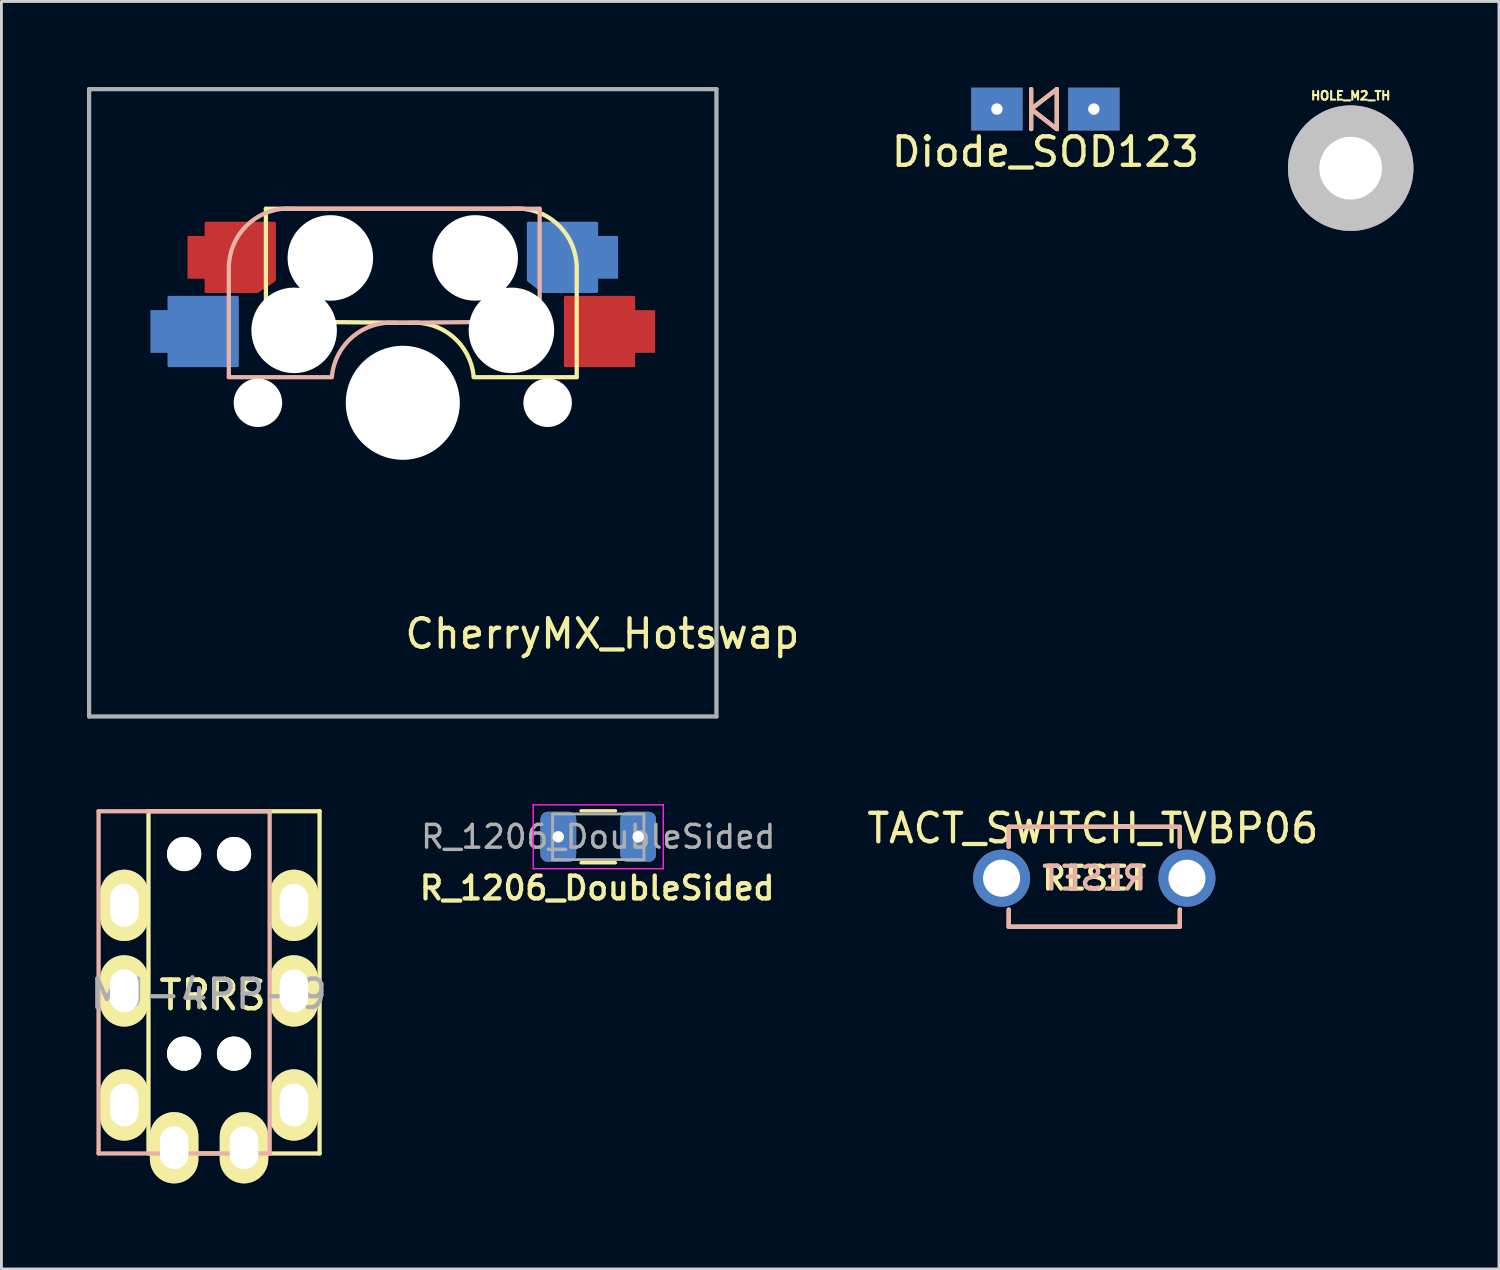
<source format=kicad_pcb>
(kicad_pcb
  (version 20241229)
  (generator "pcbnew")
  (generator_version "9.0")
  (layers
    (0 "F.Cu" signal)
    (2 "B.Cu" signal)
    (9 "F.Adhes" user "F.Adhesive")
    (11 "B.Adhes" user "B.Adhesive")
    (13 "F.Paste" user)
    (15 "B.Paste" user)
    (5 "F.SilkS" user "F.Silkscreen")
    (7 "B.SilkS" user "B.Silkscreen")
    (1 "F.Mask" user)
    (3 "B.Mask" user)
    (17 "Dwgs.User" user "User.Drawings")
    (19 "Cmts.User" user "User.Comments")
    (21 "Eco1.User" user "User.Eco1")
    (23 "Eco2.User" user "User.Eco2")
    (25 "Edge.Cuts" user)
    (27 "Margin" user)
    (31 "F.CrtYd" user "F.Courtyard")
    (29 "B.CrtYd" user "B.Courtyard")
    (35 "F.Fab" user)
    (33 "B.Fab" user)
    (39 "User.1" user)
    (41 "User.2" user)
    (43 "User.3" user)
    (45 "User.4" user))
  (footprint "TACT_SWITCH_TVBP06"
    (layer "F.Cu")
    (at 35.325 27.748)
    (property "Reference" "TACT_SWITCH_TVBP06" (at -0.05 -1.75 0) (layer "F.SilkS") (effects (font (size 1 1) (thickness 0.15))))
    (attr through_hole)
    (fp_line (start -3 -1.8) (end -3 -1.1) (stroke (width 0.15) (type solid)) (layer "F.SilkS"))
    (fp_line (start -3 1.7) (end -3 1.1) (stroke (width 0.15) (type solid)) (layer "F.SilkS"))
    (fp_line (start -3 1.7) (end 3 1.7) (stroke (width 0.15) (type solid)) (layer "F.SilkS"))
    (fp_line (start 3 -1.8) (end -3 -1.8) (stroke (width 0.15) (type solid)) (layer "F.SilkS"))
    (fp_line (start 3 -1.8) (end 3 -1.1) (stroke (width 0.15) (type solid)) (layer "F.SilkS"))
    (fp_line (start 3 1.7) (end 3 1.1) (stroke (width 0.15) (type solid)) (layer "F.SilkS"))
    (fp_line (start -3 -1.8) (end -3 -1.1) (stroke (width 0.15) (type solid)) (layer "B.SilkS"))
    (fp_line (start -3 -1.8) (end 2.9 -1.8) (stroke (width 0.15) (type solid)) (layer "B.SilkS"))
    (fp_line (start -3 -1.8) (end 3 -1.8) (stroke (width 0.15) (type solid)) (layer "B.SilkS"))
    (fp_line (start -3 1.7) (end -3 1.1) (stroke (width 0.15) (type solid)) (layer "B.SilkS"))
    (fp_line (start 3 -1.8) (end 3 -1.1) (stroke (width 0.15) (type solid)) (layer "B.SilkS"))
    (fp_line (start 3 1.7) (end -3 1.7) (stroke (width 0.15) (type solid)) (layer "B.SilkS"))
    (fp_line (start 3 1.7) (end 3 1.1) (stroke (width 0.15) (type solid)) (layer "B.SilkS"))
    (fp_text user "RESET" (at 0 0 180) (layer "F.SilkS") (effects (font (size 0.8 0.8) (thickness 0.15))))
    (fp_text user "RESET" (at 0 0 0) (layer "B.SilkS") (effects (font (size 0.8 0.8) (thickness 0.15)) (justify mirror)))
    (pad "1" thru_hole circle (at -3.25 0) (size 2 2) (drill 1.3) (layers "*.Cu" "*.Mask"))
    (pad "2" thru_hole circle (at 3.25 0) (size 2 2) (drill 1.3) (layers "*.Cu" "*.Mask")))
  (footprint "HOLE_M2_TH"
    (layer "F.Cu")
    (at 44.317 2.847)
    (property "Reference" "HOLE_M2_TH" (at 0 -2.54 0) (layer "F.SilkS") (effects (font (size 0.3 0.3) (thickness 0.076))))
    (attr through_hole)
    (pad "" thru_hole circle (at 0 0 90) (size 4.4 4.4) (drill 2.2) (layers "*.Cu" "*.Mask" "Dwgs.User")))
  (footprint "MJ-4PP-9"
    (layer "F.Cu")
    (at 5.157 25.4)
    (property "Reference" "MJ-4PP-9" (at -0.889 6.413 0) (layer "F.Fab") (effects (font (size 1 1) (thickness 0.15))))
    (attr through_hole)
    (fp_line (start -3 0) (end 3 0) (stroke (width 0.15) (type solid)) (layer "F.SilkS"))
    (fp_line (start -3 12) (end -3 0) (stroke (width 0.15) (type solid)) (layer "F.SilkS"))
    (fp_line (start 3 0) (end 3 12) (stroke (width 0.15) (type solid)) (layer "F.SilkS"))
    (fp_line (start 3 12) (end -3 12) (stroke (width 0.15) (type solid)) (layer "F.SilkS"))
    (fp_line (start -4.75 0) (end 1.25 0) (stroke (width 0.15) (type solid)) (layer "B.SilkS"))
    (fp_line (start -4.75 12) (end -4.75 0) (stroke (width 0.15) (type solid)) (layer "B.SilkS"))
    (fp_line (start 1.25 0) (end 1.25 12) (stroke (width 0.15) (type solid)) (layer "B.SilkS"))
    (fp_line (start 1.25 12) (end -4.75 12) (stroke (width 0.15) (type solid)) (layer "B.SilkS"))
    (fp_text user "TRRS" (at -0.75 6.45 0) (layer "F.SilkS") (effects (font (size 1 1) (thickness 0.15))))
    (fp_text user "TRRS" (at -0.75 6.45 0) (layer "F.SilkS") (effects (font (size 1 1) (thickness 0.15))))
    (pad "" np_thru_hole circle (at -1.75 1.5) (size 1.2 1.2) (drill 1.2) (layers "*.Cu" "*.Mask" "F.SilkS"))
    (pad "" np_thru_hole circle (at -1.75 8.5) (size 1.2 1.2) (drill 1.2) (layers "*.Cu" "*.Mask" "F.SilkS"))
    (pad "" np_thru_hole circle (at 0 1.5) (size 1.2 1.2) (drill 1.2) (layers "*.Cu" "*.Mask" "F.SilkS"))
    (pad "" np_thru_hole circle (at 0 8.5) (size 1.2 1.2) (drill 1.2) (layers "*.Cu" "*.Mask" "F.SilkS"))
    (pad "1" thru_hole oval (at -3.85 10.3) (size 1.7 2.5) (drill oval 1 1.5) (layers "*.Cu" "*.Mask" "F.SilkS"))
    (pad "1" thru_hole oval (at 2.1 10.3) (size 1.7 2.5) (drill oval 1 1.5) (layers "*.Cu" "*.Mask" "F.SilkS"))
    (pad "2" thru_hole oval (at -3.85 6.3) (size 1.7 2.5) (drill oval 1 1.5) (layers "*.Cu" "*.Mask" "F.SilkS"))
    (pad "2" thru_hole oval (at 2.1 6.3) (size 1.7 2.5) (drill oval 1 1.5) (layers "*.Cu" "*.Mask" "F.SilkS"))
    (pad "3" thru_hole oval (at -3.85 3.3) (size 1.7 2.5) (drill oval 1 1.5) (layers "*.Cu" "*.Mask" "F.SilkS"))
    (pad "3" thru_hole oval (at 2.1 3.3) (size 1.7 2.5) (drill oval 1 1.5) (layers "*.Cu" "*.Mask" "F.SilkS"))
    (pad "4" thru_hole oval (at -2.1 11.8) (size 1.7 2.5) (drill oval 1 1.5) (layers "*.Cu" "*.Mask" "F.SilkS"))
    (pad "4" thru_hole oval (at 0.35 11.8) (size 1.7 2.5) (drill oval 1 1.5) (layers "*.Cu" "*.Mask" "F.SilkS")))
  (footprint "Diode_SOD123"
    (placed yes)
    (layer "F.Cu")
    (at 33.611 0.775)
    (property "Reference" "Diode_SOD123" (at 0 1.5 0) (layer "F.SilkS") (effects (font (size 1 1) (thickness 0.15))))
    (attr through_hole)
    (fp_line (start -0.5 -0.7) (end -0.5 0.7) (stroke (width 0.15) (type solid)) (layer "F.SilkS"))
    (fp_line (start -0.5 0) (end 0.4 -0.7) (stroke (width 0.15) (type solid)) (layer "F.SilkS"))
    (fp_line (start 0.4 -0.7) (end 0.4 0.7) (stroke (width 0.15) (type solid)) (layer "F.SilkS"))
    (fp_line (start 0.4 0.7) (end -0.5 0) (stroke (width 0.15) (type solid)) (layer "F.SilkS"))
    (fp_line (start -0.5 -0.7) (end -0.5 0.7) (stroke (width 0.15) (type solid)) (layer "B.SilkS"))
    (fp_line (start -0.5 0) (end 0.4 -0.7) (stroke (width 0.15) (type solid)) (layer "B.SilkS"))
    (fp_line (start 0.4 -0.7) (end 0.4 0.7) (stroke (width 0.15) (type solid)) (layer "B.SilkS"))
    (fp_line (start 0.4 0.7) (end -0.5 0) (stroke (width 0.15) (type solid)) (layer "B.SilkS"))
    (pad "1" thru_hole rect (at -1.7 0) (size 1.8 1.5) (drill 0.4) (layers "*.Cu" "*.Mask"))
    (pad "2" thru_hole rect (at 1.7 0) (size 1.8 1.5) (drill 0.4) (layers "*.Cu" "*.Mask")))
  (footprint "CherryMX_Hotswap"
    (layer "F.Cu")
    (at 11.075 11.075)
    (property "Reference" "CherryMX_Hotswap" (at 7 8.1 0) (layer "F.SilkS") (effects (font (size 1 1) (thickness 0.15))))
    (attr through_hole)
    (fp_line (start -4.8 -6.804) (end 3.825 -6.804) (stroke (width 0.15) (type solid)) (layer "F.SilkS"))
    (fp_line (start -4.8 -2.896) (end -4.8 -6.804) (stroke (width 0.15) (type solid)) (layer "F.SilkS"))
    (fp_line (start -4.8 -2.85) (end 0.25 -2.804) (stroke (width 0.15) (type solid)) (layer "F.SilkS"))
    (fp_line (start 6.1 -4.85) (end 6.1 -0.905) (stroke (width 0.15) (type solid)) (layer "F.SilkS"))
    (fp_line (start 6.1 -0.896) (end 2.49 -0.896) (stroke (width 0.15) (type solid)) (layer "F.SilkS"))
    (fp_arc (start 0.225 -2.8) (mid 1.74436 -2.328062) (end 2.485001 -0.920001) (stroke (width 0.15) (type solid)) (layer "F.SilkS"))
    (fp_arc (start 3.825 -6.804) (mid 5.347189 -6.33089) (end 6.089 -4.92) (stroke (width 0.15) (type solid)) (layer "F.SilkS"))
    (fp_line (start -6.1 -4.85) (end -6.1 -0.905) (stroke (width 0.15) (type solid)) (layer "B.SilkS"))
    (fp_line (start -6.1 -0.896) (end -2.49 -0.896) (stroke (width 0.15) (type solid)) (layer "B.SilkS"))
    (fp_line (start 4.8 -6.804) (end -3.825 -6.804) (stroke (width 0.15) (type solid)) (layer "B.SilkS"))
    (fp_line (start 4.8 -2.896) (end 4.8 -6.804) (stroke (width 0.15) (type solid)) (layer "B.SilkS"))
    (fp_line (start 4.8 -2.85) (end -0.25 -2.804) (stroke (width 0.15) (type solid)) (layer "B.SilkS"))
    (fp_arc (start -6.089 -4.92) (mid -5.347189 -6.33089) (end -3.825 -6.804) (stroke (width 0.15) (type solid)) (layer "B.SilkS"))
    (fp_arc (start -2.484999 -0.920001) (mid -1.74436 -2.328062) (end -0.225 -2.8) (stroke (width 0.15) (type solid)) (layer "B.SilkS"))
    (fp_line (start -9 -9) (end 9 -9) (stroke (width 0.15) (type solid)) (layer "Eco1.User"))
    (fp_line (start -9 9) (end -9 -9) (stroke (width 0.15) (type solid)) (layer "Eco1.User"))
    (fp_line (start 9 -9) (end 9 9) (stroke (width 0.15) (type solid)) (layer "Eco1.User"))
    (fp_line (start 9 9) (end -9 9) (stroke (width 0.15) (type solid)) (layer "Eco1.User"))
    (fp_rect (start -9.525 -9.525) (end 9.525 9.525) (stroke (width 0.05) (type default)) (fill no) (layer "Eco1.User"))
    (fp_line (start -7 -7) (end 7 -7) (stroke (width 0.15) (type solid)) (layer "Eco2.User"))
    (fp_line (start -7 7) (end -7 -7) (stroke (width 0.15) (type solid)) (layer "Eco2.User"))
    (fp_line (start 7 -7) (end 7 7) (stroke (width 0.15) (type solid)) (layer "Eco2.User"))
    (fp_line (start 7 7) (end -7 7) (stroke (width 0.15) (type solid)) (layer "Eco2.User"))
    (fp_line (start -11 -11) (end -11 11) (stroke (width 0.15) (type solid)) (layer "F.Fab"))
    (fp_line (start -11 11) (end 11 11) (stroke (width 0.15) (type solid)) (layer "F.Fab"))
    (fp_line (start 11 -11) (end -11 -11) (stroke (width 0.15) (type solid)) (layer "F.Fab"))
    (fp_line (start 11 11) (end 11 -11) (stroke (width 0.15) (type solid)) (layer "F.Fab"))
    (pad "" np_thru_hole circle (at -5.08 0) (size 1.7 1.7) (drill 1.7) (layers "*.Cu" "*.Mask"))
    (pad "" np_thru_hole circle (at -3.81 -2.54 180) (size 3 3) (drill 3) (layers "*.Cu" "*.Mask"))
    (pad "" np_thru_hole circle (at -2.54 -5.08 180) (size 3 3) (drill 3) (layers "*.Cu" "*.Mask"))
    (pad "" np_thru_hole circle (at 0 0 90) (size 4 4) (drill 4) (layers "*.Cu" "*.Mask"))
    (pad "" np_thru_hole circle (at 2.54 -5.08 180) (size 3 3) (drill 3) (layers "*.Cu" "*.Mask"))
    (pad "" np_thru_hole circle (at 3.81 -2.54 180) (size 3 3) (drill 3) (layers "*.Cu" "*.Mask"))
    (pad "" np_thru_hole circle (at 5.08 0) (size 1.7 1.7) (drill 1.7) (layers "*.Cu" "*.Mask"))
    (pad "1" smd custom (at -8.5 -2.5) (size 0.7 1.5) (layers "B.Cu" "B.Mask" "B.Paste") (options (anchor rect)) (primitives (gr_poly (pts (xy 0.3 -1.2) (xy 2.7 -1.2) (xy 2.7 1.2) (xy 0.3 1.2)) (width 0.1) (fill yes))))
    (pad "1" smd custom (at -7.2 -5.1) (size 0.7 1.5) (layers "F.Cu" "F.Mask" "F.Paste") (options (anchor rect)) (primitives (gr_poly (pts (xy 0.3 -1.2) (xy 0.3 1.2) (xy 2.1 1.2) (xy 2.7 0.8) (xy 2.7 -1.2)) (width 0.1) (fill yes))))
    (pad "2" smd custom (at 7.2 -5.1) (size 0.7 1.5) (layers "B.Cu" "B.Mask" "B.Paste") (options (anchor rect)) (primitives (gr_poly (pts (xy -0.4 -1.2) (xy -2.8 -1.2) (xy -2.8 0.8) (xy -2.3 1.2) (xy -0.4 1.2)) (width 0.1) (fill yes))))
    (pad "2" smd custom (at 8.5 -2.5) (size 0.7 1.5) (layers "F.Cu" "F.Mask" "F.Paste") (options (anchor rect)) (primitives (gr_poly (pts (xy -2.8 -1.2) (xy -0.4 -1.2) (xy -0.4 1.2) (xy -2.8 1.2)) (width 0.1) (fill yes)))))
  (footprint "R_1206_DoubleSided"
    (layer "F.Cu")
    (at 17.93 26.295)
    (property "Reference" "R_1206_DoubleSided" (at -0.039 1.798 0) (layer "F.SilkS") (effects (font (size 0.8 0.8) (thickness 0.15))))
    (attr smd)
    (fp_line (start -0.602 -0.91) (end 0.602 -0.91) (stroke (width 0.12) (type solid)) (layer "F.SilkS"))
    (fp_line (start -0.602 0.91) (end 0.602 0.91) (stroke (width 0.12) (type solid)) (layer "F.SilkS"))
    (fp_line (start -2.28 -1.12) (end 2.28 -1.12) (stroke (width 0.05) (type solid)) (layer "F.CrtYd"))
    (fp_line (start -2.28 1.12) (end -2.28 -1.12) (stroke (width 0.05) (type solid)) (layer "F.CrtYd"))
    (fp_line (start 2.28 -1.12) (end 2.28 1.12) (stroke (width 0.05) (type solid)) (layer "F.CrtYd"))
    (fp_line (start 2.28 1.12) (end -2.28 1.12) (stroke (width 0.05) (type solid)) (layer "F.CrtYd"))
    (fp_line (start -1.6 -0.8) (end 1.6 -0.8) (stroke (width 0.1) (type solid)) (layer "F.Fab"))
    (fp_line (start -1.6 0.8) (end -1.6 -0.8) (stroke (width 0.1) (type solid)) (layer "F.Fab"))
    (fp_line (start 1.6 -0.8) (end 1.6 0.8) (stroke (width 0.1) (type solid)) (layer "F.Fab"))
    (fp_line (start 1.6 0.8) (end -1.6 0.8) (stroke (width 0.1) (type solid)) (layer "F.Fab"))
    (fp_text user "${REFERENCE}" (at 0 0 0) (layer "F.Fab") (effects (font (size 0.8 0.8) (thickness 0.12))))
    (pad "1" thru_hole roundrect (at -1.4 0 180) (size 1.25 1.75) (drill 0.4) (layers "*.Cu" "*.Mask") (roundrect_rratio 0.2))
    (pad "1" smd roundrect (at -1.4 0 180) (size 1.25 1.75) (layers "B.Cu" "B.Mask" "B.Paste") (roundrect_rratio 0.2))
    (pad "2" thru_hole roundrect (at 1.4 0 180) (size 1.25 1.75) (drill 0.4) (layers "*.Cu" "*.Mask") (roundrect_rratio 0.2))
    (pad "2" smd roundrect (at 1.4 0 180) (size 1.25 1.75) (layers "B.Cu" "B.Mask" "B.Paste") (roundrect_rratio 0.2)))
  (gr_rect
    (start -3 -3)
    (end 49.517 41.45)
    (stroke (width 0.1) (type default))
    (fill no)
    (layer "Edge.Cuts")))
</source>
